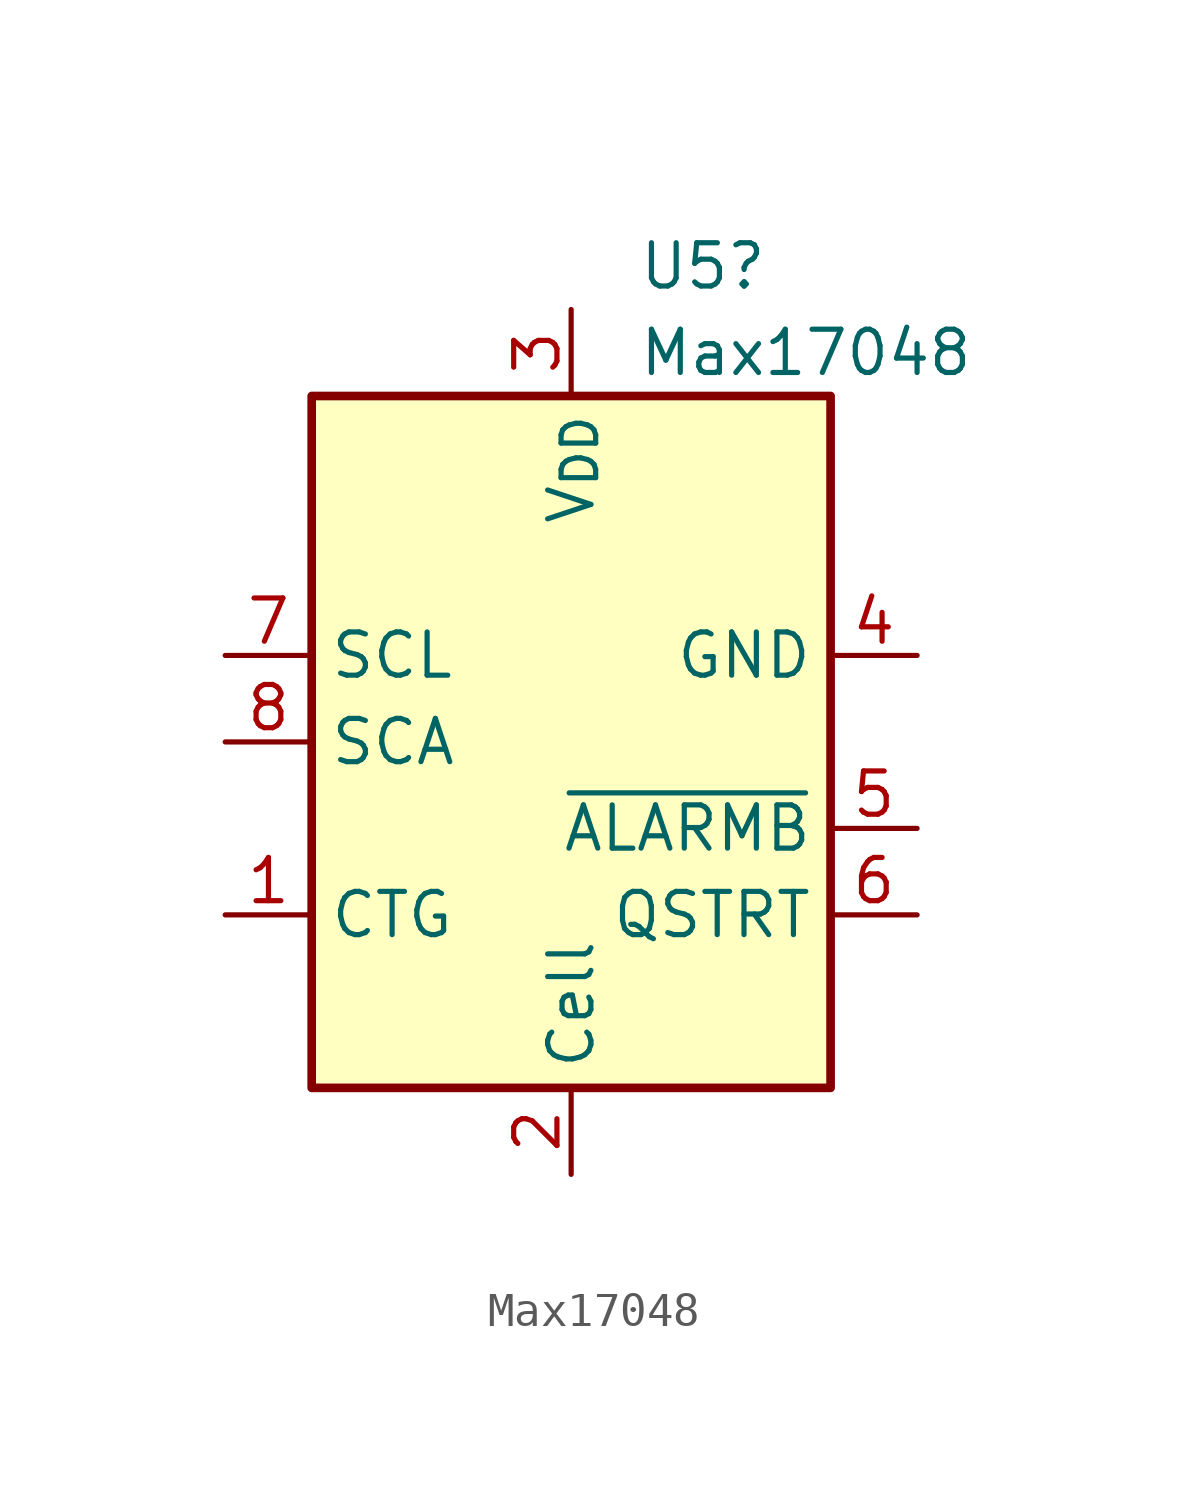
<source format=kicad_sym>
(kicad_symbol_lib
  (version 20220914)
  (generator kicad_symbol_editor)
  (symbol "Max17048"
    (property "Reference" "U5"
      (at 1.956 13.97 0)
      (effects (font (size 1.27 1.27)) (justify left)))
    (property "Value" "Max17048"
      (at 1.956 11.43 0)
      (effects (font (size 1.27 1.27)) (justify left)))
    (symbol "Max17048_0_1"
      (rectangle (start -7.62 10.16) (end 7.62 -10.16) (stroke (width 0.254) (type default)) (fill (type background))))
    (symbol "Max17048_1_1"
      (pin input line (at -10.16 -5.08 0) (length 2.54) (name "CTG" (effects (font (size 1.27 1.27)))) (number "1" (effects (font (size 1.27 1.27)))))
      (pin power_in line (at 0 -12.7 90) (length 2.54) (name "Cell" (effects (font (size 1.27 1.27)))) (number "2" (effects (font (size 1.27 1.27)))))
      (pin power_in line (at 0 12.7 270) (length 2.54) (name "V_{DD}" (effects (font (size 1.27 1.27)))) (number "3" (effects (font (size 1.27 1.27)))))
      (pin input line (at 10.16 2.54 180) (length 2.54) (name "GND" (effects (font (size 1.27 1.27)))) (number "4" (effects (font (size 1.27 1.27)))))
      (pin open_collector line (at 10.16 -2.54 180) (length 2.54) (name "~{ALARMB}" (effects (font (size 1.27 1.27)))) (number "5" (effects (font (size 1.27 1.27)))))
      (pin input line (at 10.16 -5.08 180) (length 2.54) (name "QSTRT" (effects (font (size 1.27 1.27)))) (number "6" (effects (font (size 1.27 1.27)))))
      (pin bidirectional line (at -10.16 2.54 0) (length 2.54) (name "SCL" (effects (font (size 1.27 1.27)))) (number "7" (effects (font (size 1.27 1.27)))))
      (pin input line (at -10.16 0 0) (length 2.54) (name "SCA" (effects (font (size 1.27 1.27)))) (number "8" (effects (font (size 1.27 1.27))))))))
</source>
